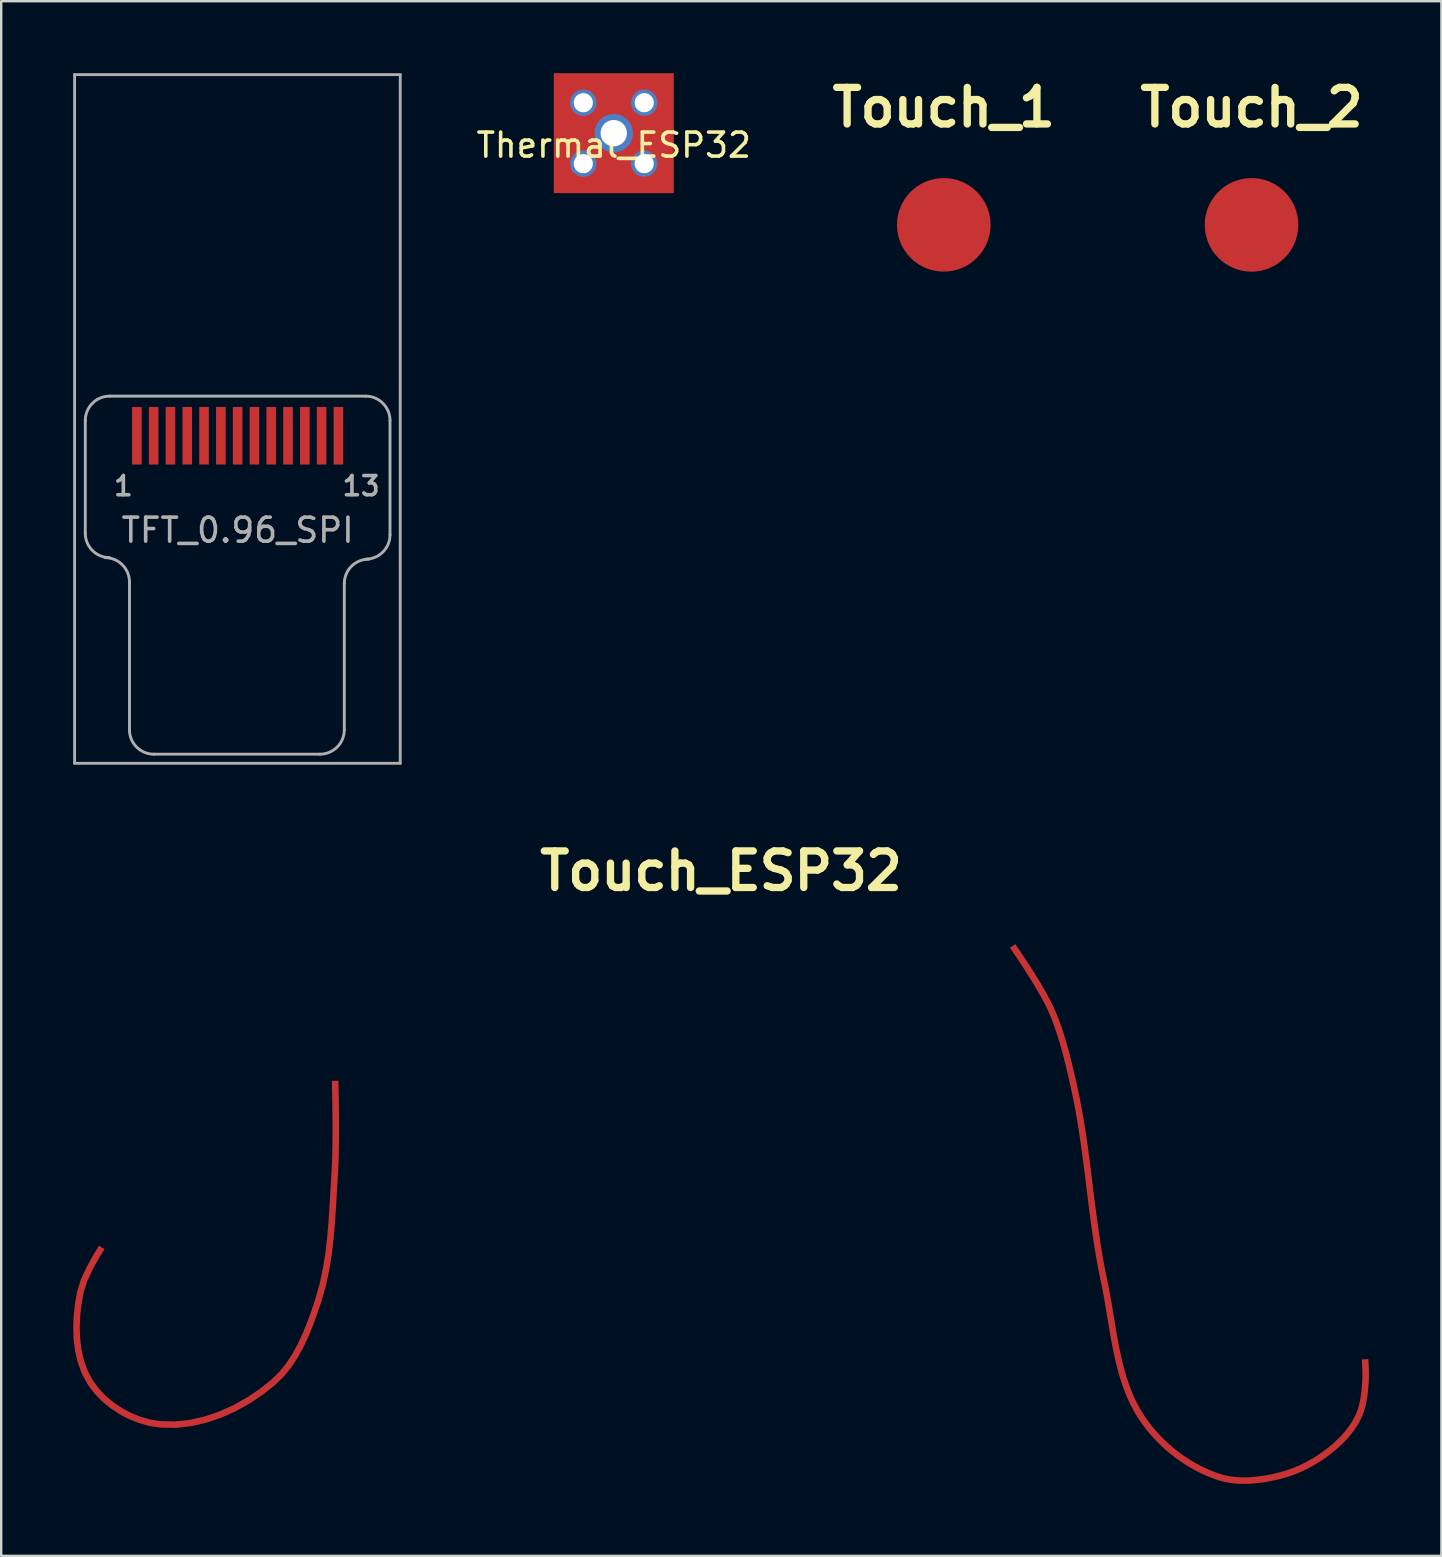
<source format=kicad_pcb>
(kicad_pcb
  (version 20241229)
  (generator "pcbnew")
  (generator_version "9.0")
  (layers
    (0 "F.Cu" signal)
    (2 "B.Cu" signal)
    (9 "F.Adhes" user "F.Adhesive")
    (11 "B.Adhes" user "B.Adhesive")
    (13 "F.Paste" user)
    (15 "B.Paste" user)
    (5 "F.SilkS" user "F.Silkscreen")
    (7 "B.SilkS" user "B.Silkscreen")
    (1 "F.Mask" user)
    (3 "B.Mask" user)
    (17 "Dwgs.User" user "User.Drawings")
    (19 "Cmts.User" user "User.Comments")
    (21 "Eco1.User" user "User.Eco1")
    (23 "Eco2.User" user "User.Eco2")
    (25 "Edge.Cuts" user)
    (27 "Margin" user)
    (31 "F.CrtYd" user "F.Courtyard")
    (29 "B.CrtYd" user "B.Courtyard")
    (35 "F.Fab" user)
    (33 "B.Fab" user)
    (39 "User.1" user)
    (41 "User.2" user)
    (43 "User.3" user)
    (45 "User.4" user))
  (footprint "Thermal_ESP32"
    (layer "F.Cu")
    (at 22.529 2.5)
    (property "Reference" "Thermal_ESP32" (at 0 0.5 0) (layer "F.SilkS") (effects (font (size 1 1) (thickness 0.15))))
    (attr through_hole)
    (pad "1" thru_hole circle (at -1.27 -1.27) (size 1.1 1.1) (drill 0.8) (layers "*.Cu" "*.Mask"))
    (pad "1" thru_hole circle (at -1.27 1.27) (size 1.1 1.1) (drill 0.8) (layers "*.Cu" "*.Mask"))
    (pad "1" thru_hole circle (at 0 0) (size 1.6 1.6) (drill 1.1) (layers "*.Cu" "*.Mask"))
    (pad "1" smd rect (at 0 0) (size 5 5) (layers "F.Cu" "F.Mask" "F.Paste"))
    (pad "1" thru_hole circle (at 1.27 -1.27) (size 1.1 1.1) (drill 0.8) (layers "*.Cu" "*.Mask"))
    (pad "1" thru_hole circle (at 1.27 1.27) (size 1.1 1.1) (drill 0.8) (layers "*.Cu" "*.Mask")))
  (footprint "Touch_1"
    (layer "F.Cu")
    (at 36.282 6.321)
    (property "Reference" "Touch_1" (at 0 -4.895 0) (layer "F.SilkS") (effects (font (size 1.524 1.524) (thickness 0.305))))
    (attr smd)
    (pad "1" smd circle (at 0 0) (size 3.9 3.9) (layers "F.Cu" "F.Mask" "F.Paste")))
  (footprint "Touch_ESP32"
    (layer "F.Cu")
    (at 27 47.545)
    (property "Reference" "Touch_ESP32" (at 0 -14.297 180) (layer "F.SilkS") (effects (font (size 1.524 1.524) (thickness 0.305))))
    (attr smd)
    (fp_poly (pts (xy -15.948 -5.558) (xy -15.945 -5.446) (xy -15.938 -5.141) (xy -15.929 -4.686) (xy -15.923 -4.127) (xy -15.919 -3.508) (xy -15.923 -2.875) (xy -15.936 -2.27) (xy -15.96 -1.739) (xy -16.001 -1.065) (xy -16.04 -0.387) (xy -16.084 0.294) (xy -16.141 0.973) (xy -16.218 1.651) (xy -16.325 2.324) (xy -16.469 2.99) (xy -16.657 3.647) (xy -16.814 4.115) (xy -16.984 4.587) (xy -17.173 5.056) (xy -17.386 5.516) (xy -17.627 5.959) (xy -17.902 6.378) (xy -18.216 6.767) (xy -18.575 7.118) (xy -19.082 7.521) (xy -19.63 7.888) (xy -20.212 8.213) (xy -20.821 8.486) (xy -21.451 8.7) (xy -22.093 8.846) (xy -22.742 8.916) (xy -23.39 8.901) (xy -23.831 8.832) (xy -24.266 8.711) (xy -24.692 8.541) (xy -25.098 8.326) (xy -25.48 8.07) (xy -25.83 7.776) (xy -26.141 7.448) (xy -26.406 7.089) (xy -26.639 6.654) (xy -26.809 6.19) (xy -26.921 5.705) (xy -26.984 5.206) (xy -27 4.7) (xy -26.977 4.196) (xy -26.919 3.7) (xy -26.833 3.218) (xy -26.674 2.714) (xy -26.426 2.178) (xy -26.123 1.638) (xy -25.922 1.318) (xy -25.694 1.468) (xy -25.889 1.778) (xy -26.184 2.303) (xy -26.421 2.815) (xy -26.565 3.275) (xy -26.649 3.74) (xy -26.705 4.219) (xy -26.727 4.703) (xy -26.711 5.185) (xy -26.653 5.657) (xy -26.547 6.112) (xy -26.389 6.543) (xy -26.175 6.942) (xy -25.932 7.272) (xy -25.643 7.577) (xy -25.316 7.851) (xy -24.958 8.092) (xy -24.576 8.293) (xy -24.179 8.452) (xy -23.772 8.566) (xy -23.365 8.629) (xy -22.754 8.643) (xy -22.139 8.576) (xy -21.525 8.437) (xy -20.922 8.232) (xy -20.334 7.968) (xy -19.773 7.656) (xy -19.243 7.301) (xy -18.753 6.912) (xy -18.419 6.584) (xy -18.123 6.218) (xy -17.862 5.819) (xy -17.63 5.394) (xy -17.424 4.948) (xy -17.239 4.49) (xy -17.071 4.026) (xy -16.916 3.562) (xy -16.734 2.924) (xy -16.594 2.275) (xy -16.489 1.615) (xy -16.412 0.947) (xy -16.356 0.274) (xy -16.312 -0.402) (xy -16.312 -0.403) (xy -16.274 -1.08) (xy -16.233 -1.757) (xy -16.209 -2.279) (xy -16.196 -2.878) (xy -16.192 -3.508) (xy -16.195 -4.124) (xy -16.195 -4.125) (xy -16.203 -4.682) (xy -16.211 -5.135) (xy -16.217 -5.439) (xy -16.217 -5.44) (xy -16.22 -5.55) (xy -15.948 -5.558)) (stroke (width 0) (type solid)) (fill yes) (layer "F.Cu"))
    (fp_poly (pts (xy 12.264 -11.249) (xy 12.278 -11.228) (xy 12.316 -11.172) (xy 12.377 -11.083) (xy 12.458 -10.965) (xy 12.554 -10.821) (xy 12.664 -10.655) (xy 12.785 -10.471) (xy 12.914 -10.271) (xy 13.048 -10.061) (xy 13.184 -9.842) (xy 13.319 -9.62) (xy 13.45 -9.397) (xy 13.576 -9.178) (xy 13.691 -8.964) (xy 13.795 -8.761) (xy 13.884 -8.57) (xy 13.969 -8.372) (xy 14.049 -8.173) (xy 14.124 -7.972) (xy 14.196 -7.77) (xy 14.264 -7.567) (xy 14.329 -7.362) (xy 14.39 -7.157) (xy 14.448 -6.951) (xy 14.505 -6.745) (xy 14.558 -6.538) (xy 14.61 -6.33) (xy 14.661 -6.123) (xy 14.709 -5.915) (xy 14.757 -5.707) (xy 14.804 -5.5) (xy 14.85 -5.293) (xy 14.956 -4.791) (xy 15.052 -4.288) (xy 15.138 -3.784) (xy 15.217 -3.279) (xy 15.289 -2.773) (xy 15.357 -2.266) (xy 15.421 -1.759) (xy 15.484 -1.253) (xy 15.546 -0.747) (xy 15.61 -0.241) (xy 15.676 0.264) (xy 15.746 0.768) (xy 15.822 1.27) (xy 15.905 1.771) (xy 15.996 2.269) (xy 16.097 2.765) (xy 16.172 3.134) (xy 16.241 3.505) (xy 16.305 3.879) (xy 16.367 4.253) (xy 16.428 4.628) (xy 16.491 5.001) (xy 16.559 5.372) (xy 16.632 5.741) (xy 16.713 6.104) (xy 16.804 6.463) (xy 16.907 6.815) (xy 17.023 7.159) (xy 17.156 7.496) (xy 17.305 7.823) (xy 17.475 8.139) (xy 17.666 8.444) (xy 17.809 8.645) (xy 17.96 8.842) (xy 18.121 9.033) (xy 18.289 9.219) (xy 18.466 9.398) (xy 18.65 9.57) (xy 18.841 9.736) (xy 19.039 9.894) (xy 19.242 10.044) (xy 19.451 10.185) (xy 19.665 10.318) (xy 19.883 10.441) (xy 20.106 10.554) (xy 20.332 10.656) (xy 20.561 10.749) (xy 20.793 10.83) (xy 20.941 10.873) (xy 20.942 10.873) (xy 21.092 10.908) (xy 21.246 10.935) (xy 21.402 10.955) (xy 21.559 10.968) (xy 21.718 10.974) (xy 21.878 10.974) (xy 22.039 10.968) (xy 22.2 10.957) (xy 22.361 10.94) (xy 22.362 10.94) (xy 22.523 10.918) (xy 22.523 10.918) (xy 22.684 10.893) (xy 22.845 10.863) (xy 23.004 10.83) (xy 23.162 10.794) (xy 23.162 10.794) (xy 23.318 10.755) (xy 23.454 10.717) (xy 23.588 10.676) (xy 23.722 10.63) (xy 23.855 10.58) (xy 23.986 10.526) (xy 24.116 10.469) (xy 24.245 10.407) (xy 24.373 10.342) (xy 24.498 10.274) (xy 24.622 10.203) (xy 24.745 10.128) (xy 24.865 10.051) (xy 24.984 9.971) (xy 25.1 9.888) (xy 25.215 9.802) (xy 25.326 9.715) (xy 25.41 9.647) (xy 25.492 9.576) (xy 25.574 9.504) (xy 25.653 9.43) (xy 25.732 9.354) (xy 25.807 9.276) (xy 25.881 9.197) (xy 25.953 9.116) (xy 26.023 9.033) (xy 26.09 8.948) (xy 26.153 8.862) (xy 26.215 8.774) (xy 26.273 8.685) (xy 26.328 8.594) (xy 26.379 8.501) (xy 26.427 8.407) (xy 26.464 8.327) (xy 26.497 8.244) (xy 26.528 8.16) (xy 26.555 8.075) (xy 26.58 7.988) (xy 26.602 7.9) (xy 26.621 7.811) (xy 26.639 7.72) (xy 26.654 7.629) (xy 26.668 7.537) (xy 26.679 7.444) (xy 26.69 7.351) (xy 26.699 7.257) (xy 26.707 7.164) (xy 26.714 7.07) (xy 26.721 6.976) (xy 26.727 6.819) (xy 26.728 6.646) (xy 26.723 6.459) (xy 26.715 6.263) (xy 26.703 6.062) (xy 26.975 6.043) (xy 26.988 6.249) (xy 26.997 6.45) (xy 27.001 6.643) (xy 27 6.826) (xy 26.993 6.994) (xy 26.987 7.09) (xy 26.979 7.186) (xy 26.971 7.282) (xy 26.962 7.379) (xy 26.951 7.477) (xy 26.939 7.574) (xy 26.924 7.671) (xy 26.907 7.769) (xy 26.889 7.866) (xy 26.868 7.963) (xy 26.844 8.059) (xy 26.817 8.154) (xy 26.786 8.249) (xy 26.752 8.343) (xy 26.714 8.435) (xy 26.673 8.526) (xy 26.62 8.629) (xy 26.564 8.73) (xy 26.504 8.83) (xy 26.441 8.927) (xy 26.375 9.022) (xy 26.306 9.114) (xy 26.235 9.205) (xy 26.16 9.294) (xy 26.084 9.381) (xy 26.005 9.465) (xy 25.924 9.548) (xy 25.842 9.628) (xy 25.758 9.706) (xy 25.758 9.706) (xy 25.672 9.782) (xy 25.585 9.856) (xy 25.497 9.928) (xy 25.38 10.019) (xy 25.261 10.108) (xy 25.139 10.195) (xy 25.016 10.278) (xy 25.016 10.279) (xy 24.89 10.36) (xy 24.762 10.438) (xy 24.632 10.513) (xy 24.5 10.584) (xy 24.366 10.652) (xy 24.23 10.716) (xy 24.093 10.777) (xy 23.955 10.834) (xy 23.814 10.887) (xy 23.673 10.935) (xy 23.53 10.98) (xy 23.386 11.02) (xy 23.226 11.06) (xy 23.062 11.097) (xy 22.897 11.131) (xy 22.731 11.162) (xy 22.563 11.189) (xy 22.393 11.211) (xy 22.224 11.229) (xy 22.054 11.241) (xy 21.883 11.247) (xy 21.713 11.248) (xy 21.712 11.248) (xy 21.543 11.241) (xy 21.373 11.227) (xy 21.205 11.205) (xy 21.038 11.175) (xy 20.872 11.137) (xy 20.709 11.089) (xy 20.465 11.004) (xy 20.224 10.908) (xy 19.987 10.8) (xy 19.754 10.681) (xy 19.526 10.553) (xy 19.302 10.414) (xy 19.084 10.267) (xy 18.872 10.111) (xy 18.666 9.946) (xy 18.467 9.773) (xy 18.275 9.593) (xy 18.091 9.406) (xy 17.915 9.212) (xy 17.747 9.013) (xy 17.589 8.808) (xy 17.44 8.597) (xy 17.239 8.276) (xy 17.061 7.944) (xy 16.904 7.602) (xy 16.767 7.253) (xy 16.646 6.897) (xy 16.54 6.534) (xy 16.447 6.167) (xy 16.365 5.796) (xy 16.29 5.423) (xy 16.223 5.048) (xy 16.159 4.672) (xy 16.097 4.297) (xy 16.035 3.924) (xy 15.971 3.553) (xy 15.904 3.185) (xy 15.83 2.823) (xy 15.727 2.321) (xy 15.635 1.817) (xy 15.552 1.312) (xy 15.476 0.807) (xy 15.405 0.301) (xy 15.339 -0.206) (xy 15.275 -0.713) (xy 15.213 -1.22) (xy 15.15 -1.725) (xy 15.086 -2.231) (xy 15.018 -2.735) (xy 14.946 -3.238) (xy 14.868 -3.74) (xy 14.783 -4.24) (xy 14.689 -4.738) (xy 14.584 -5.233) (xy 14.537 -5.44) (xy 14.491 -5.647) (xy 14.443 -5.853) (xy 14.395 -6.059) (xy 14.345 -6.265) (xy 14.294 -6.47) (xy 14.241 -6.675) (xy 14.185 -6.878) (xy 14.128 -7.081) (xy 14.067 -7.282) (xy 14.004 -7.483) (xy 13.938 -7.681) (xy 13.868 -7.878) (xy 13.794 -8.074) (xy 13.717 -8.268) (xy 13.635 -8.46) (xy 13.55 -8.64) (xy 13.45 -8.837) (xy 13.337 -9.045) (xy 13.214 -9.26) (xy 13.084 -9.48) (xy 12.951 -9.7) (xy 12.817 -9.915) (xy 12.684 -10.124) (xy 12.557 -10.322) (xy 12.436 -10.505) (xy 12.327 -10.669) (xy 12.231 -10.812) (xy 12.152 -10.93) (xy 12.091 -11.018) (xy 12.053 -11.073) (xy 12.04 -11.092) (xy 12.264 -11.249)) (stroke (width 0) (type solid)) (fill yes) (layer "F.Cu")))
  (footprint "Touch_2"
    (layer "F.Cu")
    (at 49.108 6.321)
    (property "Reference" "Touch_2" (at 0 -4.895 0) (layer "F.SilkS") (effects (font (size 1.524 1.524) (thickness 0.305))))
    (attr smd)
    (pad "1" smd circle (at 0 0) (size 3.9 3.9) (layers "F.Cu" "F.Mask" "F.Paste")))
  (footprint "TFT_0.96_SPI"
    (layer "F.Cu")
    (at 6.854 15.11)
    (property "Reference" "TFT_0.96_SPI" (at 0 3.937 180) (layer "F.Fab") (effects (font (size 1 1) (thickness 0.15))))
    (attr through_hole)
    (fp_line (start -6.795 -15.05) (end -6.795 13.65) (stroke (width 0.12) (type solid)) (layer "F.Fab"))
    (fp_line (start -6.795 -15.05) (end 6.776 -15.05) (stroke (width 0.12) (type solid)) (layer "F.Fab"))
    (fp_line (start -6.35 -0.635) (end -6.35 4.064) (stroke (width 0.12) (type solid)) (layer "F.Fab"))
    (fp_line (start -4.508 6.096) (end -4.508 12.255) (stroke (width 0.12) (type solid)) (layer "F.Fab"))
    (fp_line (start -3.493 13.271) (end 3.429 13.271) (stroke (width 0.12) (type solid)) (layer "F.Fab"))
    (fp_line (start 4.445 12.255) (end 4.445 6.16) (stroke (width 0.12) (type solid)) (layer "F.Fab"))
    (fp_line (start 5.334 -1.651) (end -5.334 -1.651) (stroke (width 0.12) (type solid)) (layer "F.Fab"))
    (fp_line (start 6.35 4.128) (end 6.35 -0.635) (stroke (width 0.12) (type solid)) (layer "F.Fab"))
    (fp_line (start 6.776 13.652) (end -6.795 13.652) (stroke (width 0.12) (type solid)) (layer "F.Fab"))
    (fp_line (start 6.776 13.652) (end 6.776 -15.047) (stroke (width 0.12) (type solid)) (layer "F.Fab"))
    (fp_arc (start -6.35 -0.635) (mid -6.05242 -1.35342) (end -5.334 -1.651) (stroke (width 0.12) (type solid)) (layer "F.Fab"))
    (fp_arc (start -5.5245 5.08) (mid -4.80608 5.37758) (end -4.5085 6.096) (stroke (width 0.12) (type solid)) (layer "F.Fab"))
    (fp_arc (start -5.334 5.08) (mid -6.05242 4.78242) (end -6.35 4.064) (stroke (width 0.12) (type solid)) (layer "F.Fab"))
    (fp_arc (start -3.4925 13.2715) (mid -4.21092 12.97392) (end -4.5085 12.2555) (stroke (width 0.12) (type solid)) (layer "F.Fab"))
    (fp_arc (start 4.445 6.1595) (mid 4.74258 5.44108) (end 5.461 5.1435) (stroke (width 0.12) (type solid)) (layer "F.Fab"))
    (fp_arc (start 4.445 12.2555) (mid 4.14742 12.97392) (end 3.429 13.2715) (stroke (width 0.12) (type solid)) (layer "F.Fab"))
    (fp_arc (start 5.334 -1.651) (mid 6.05242 -1.35342) (end 6.35 -0.635) (stroke (width 0.12) (type solid)) (layer "F.Fab"))
    (fp_arc (start 6.35 4.1275) (mid 6.05242 4.84592) (end 5.334 5.1435) (stroke (width 0.12) (type solid)) (layer "F.Fab"))
    (fp_text user "1" (at -4.763 2.095 180) (layer "F.Fab") (effects (font (size 0.8 0.8) (thickness 0.15))))
    (fp_text user "13" (at 5.144 2.095 180) (layer "F.Fab") (effects (font (size 0.8 0.8) (thickness 0.15))))
    (pad "1" smd rect (at -4.2 0) (size 0.4 2.4) (layers "F.Cu" "F.Mask" "F.Paste"))
    (pad "2" smd rect (at -3.5 0) (size 0.4 2.4) (layers "F.Cu" "F.Mask" "F.Paste"))
    (pad "3" smd rect (at -2.8 0) (size 0.4 2.4) (layers "F.Cu" "F.Mask" "F.Paste"))
    (pad "4" smd rect (at -2.1 0) (size 0.4 2.4) (layers "F.Cu" "F.Mask" "F.Paste"))
    (pad "5" smd rect (at -1.4 0) (size 0.4 2.4) (layers "F.Cu" "F.Mask" "F.Paste"))
    (pad "6" smd rect (at -0.7 0) (size 0.4 2.4) (layers "F.Cu" "F.Mask" "F.Paste"))
    (pad "7" smd rect (at 0 0) (size 0.4 2.4) (layers "F.Cu" "F.Mask" "F.Paste"))
    (pad "8" smd rect (at 0.7 0) (size 0.4 2.4) (layers "F.Cu" "F.Mask" "F.Paste"))
    (pad "9" smd rect (at 1.4 0) (size 0.4 2.4) (layers "F.Cu" "F.Mask" "F.Paste"))
    (pad "10" smd rect (at 2.1 0) (size 0.4 2.4) (layers "F.Cu" "F.Mask" "F.Paste"))
    (pad "11" smd rect (at 2.8 0) (size 0.4 2.4) (layers "F.Cu" "F.Mask" "F.Paste"))
    (pad "12" smd rect (at 3.5 0) (size 0.4 2.4) (layers "F.Cu" "F.Mask" "F.Paste"))
    (pad "13" smd rect (at 4.2 0) (size 0.4 2.4) (layers "F.Cu" "F.Mask" "F.Paste")))
  (gr_rect
    (start -3 -3)
    (end 57.021 61.793)
    (stroke (width 0.1) (type default))
    (fill no)
    (layer "Edge.Cuts")))
</source>
